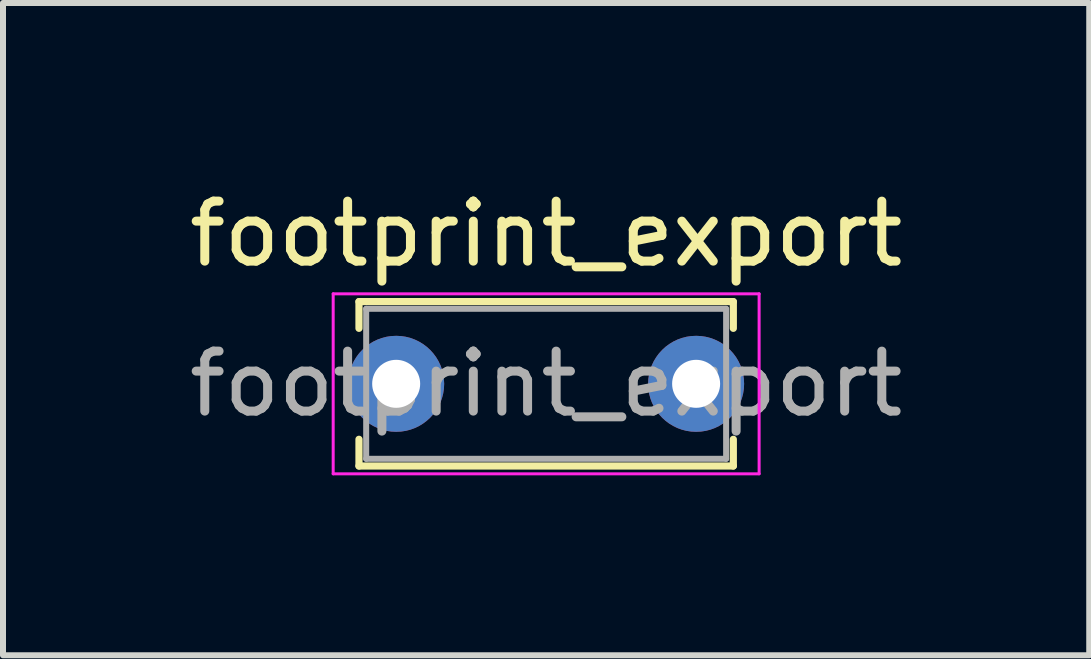
<source format=kicad_pcb>
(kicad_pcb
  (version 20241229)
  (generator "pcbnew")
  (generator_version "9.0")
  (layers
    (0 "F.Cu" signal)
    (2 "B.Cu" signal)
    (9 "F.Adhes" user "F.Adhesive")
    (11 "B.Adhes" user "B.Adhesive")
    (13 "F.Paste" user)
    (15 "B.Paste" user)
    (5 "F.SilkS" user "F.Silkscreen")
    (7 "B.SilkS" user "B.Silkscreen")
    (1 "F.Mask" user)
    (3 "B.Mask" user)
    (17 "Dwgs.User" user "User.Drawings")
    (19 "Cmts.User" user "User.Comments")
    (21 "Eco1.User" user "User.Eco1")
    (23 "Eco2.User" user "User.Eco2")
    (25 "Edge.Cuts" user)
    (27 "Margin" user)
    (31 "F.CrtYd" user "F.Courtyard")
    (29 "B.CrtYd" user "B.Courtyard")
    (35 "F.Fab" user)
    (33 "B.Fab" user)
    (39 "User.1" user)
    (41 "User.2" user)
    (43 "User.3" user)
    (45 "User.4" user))
  (footprint "footprint_export"
    (layer "F.Cu")
    (at 3.554 3.348)
    (property "Reference" "footprint_export" (at 2.5 -2.5 0) (layer "F.SilkS") (effects (font (size 1 1) (thickness 0.15))))
    (attr through_hole)
    (fp_line (start -0.62 -1.37) (end -0.62 -0.925) (stroke (width 0.12) (type solid)) (layer "F.SilkS"))
    (fp_line (start -0.62 -1.37) (end 5.62 -1.37) (stroke (width 0.12) (type solid)) (layer "F.SilkS"))
    (fp_line (start -0.62 0.925) (end -0.62 1.37) (stroke (width 0.12) (type solid)) (layer "F.SilkS"))
    (fp_line (start -0.62 1.37) (end 5.62 1.37) (stroke (width 0.12) (type solid)) (layer "F.SilkS"))
    (fp_line (start 5.62 -1.37) (end 5.62 -0.925) (stroke (width 0.12) (type solid)) (layer "F.SilkS"))
    (fp_line (start 5.62 0.925) (end 5.62 1.37) (stroke (width 0.12) (type solid)) (layer "F.SilkS"))
    (fp_line (start -1.05 -1.5) (end -1.05 1.5) (stroke (width 0.05) (type solid)) (layer "F.CrtYd"))
    (fp_line (start -1.05 1.5) (end 6.05 1.5) (stroke (width 0.05) (type solid)) (layer "F.CrtYd"))
    (fp_line (start 6.05 -1.5) (end -1.05 -1.5) (stroke (width 0.05) (type solid)) (layer "F.CrtYd"))
    (fp_line (start 6.05 1.5) (end 6.05 -1.5) (stroke (width 0.05) (type solid)) (layer "F.CrtYd"))
    (fp_line (start -0.5 -1.25) (end -0.5 1.25) (stroke (width 0.1) (type solid)) (layer "F.Fab"))
    (fp_line (start -0.5 1.25) (end 5.5 1.25) (stroke (width 0.1) (type solid)) (layer "F.Fab"))
    (fp_line (start 5.5 -1.25) (end -0.5 -1.25) (stroke (width 0.1) (type solid)) (layer "F.Fab"))
    (fp_line (start 5.5 1.25) (end 5.5 -1.25) (stroke (width 0.1) (type solid)) (layer "F.Fab"))
    (fp_text user "${REFERENCE}" (at 2.5 0 0) (layer "F.Fab") (effects (font (size 1 1) (thickness 0.15))))
    (pad "1" thru_hole circle (at 0 0) (size 1.6 1.6) (drill 0.8) (layers "*.Cu" "*.Mask"))
    (pad "2" thru_hole circle (at 5 0) (size 1.6 1.6) (drill 0.8) (layers "*.Cu" "*.Mask")))
  (gr_rect
    (start -3 -3)
    (end 15.107 7.873)
    (stroke (width 0.1) (type default))
    (fill no)
    (layer "Edge.Cuts")))
</source>
